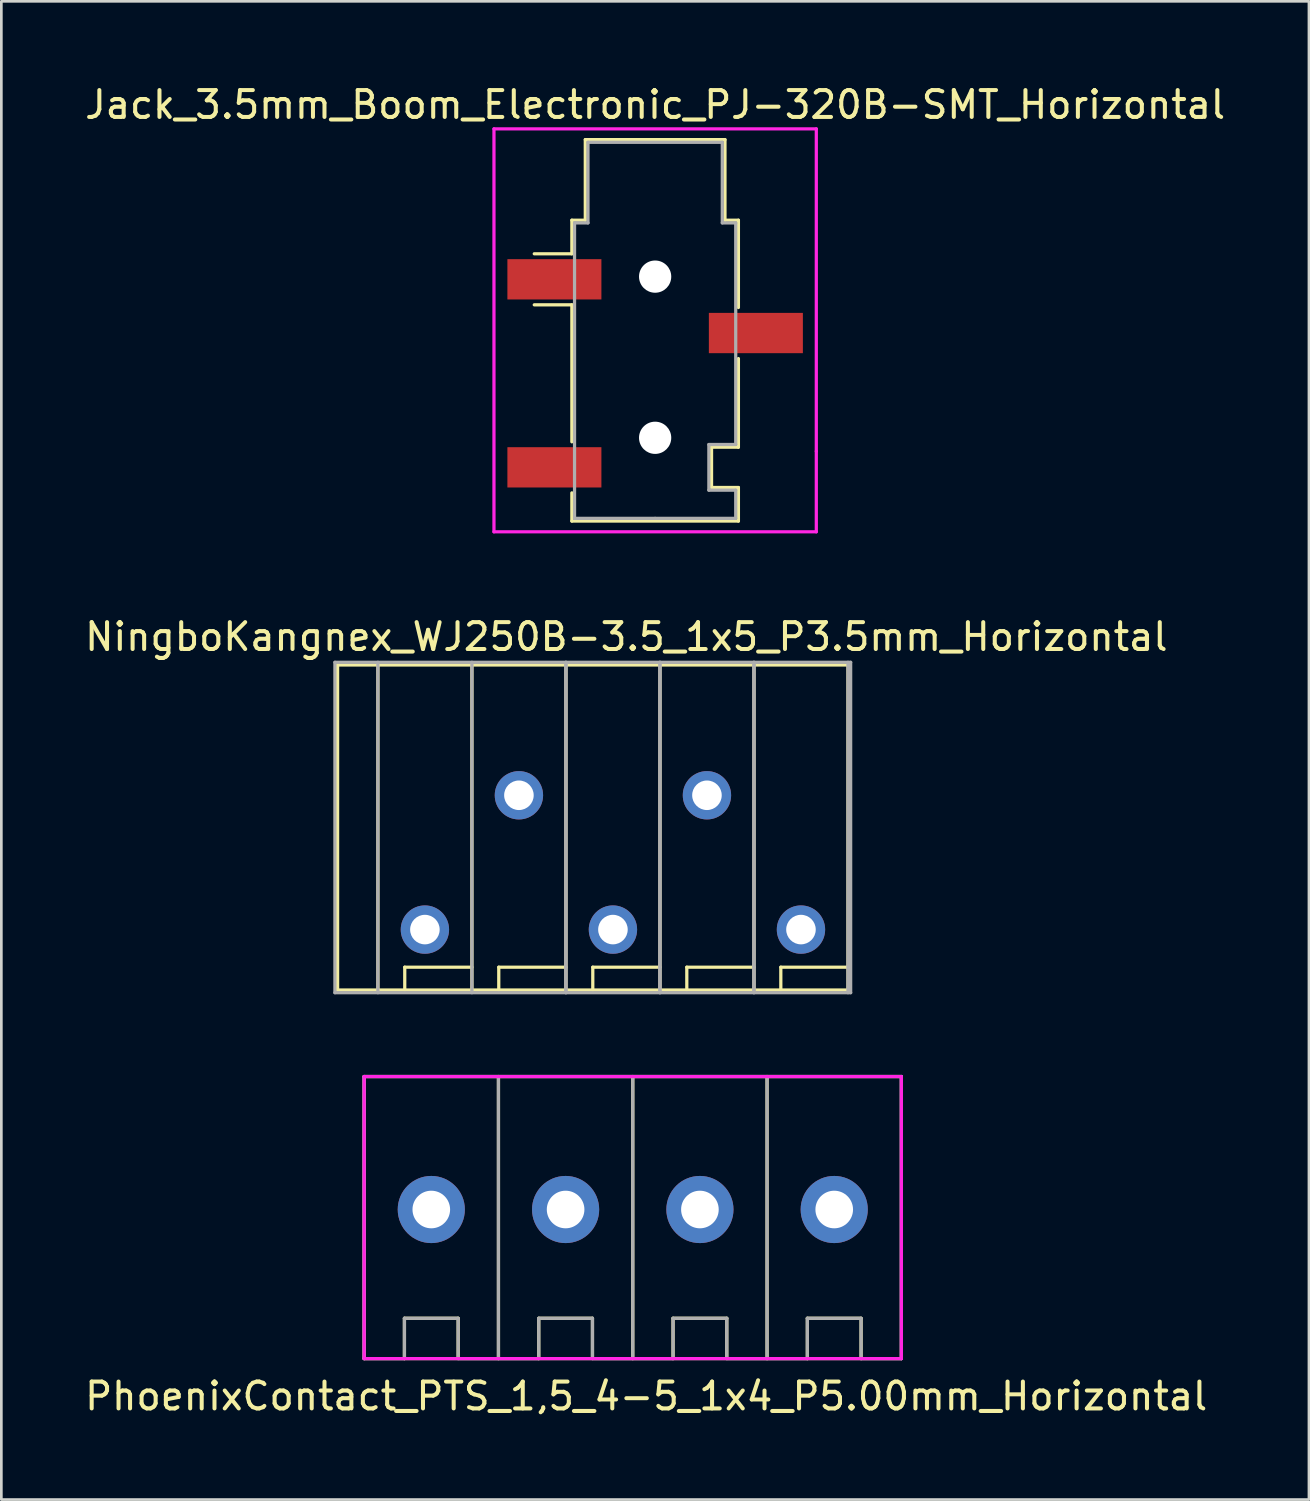
<source format=kicad_pcb>
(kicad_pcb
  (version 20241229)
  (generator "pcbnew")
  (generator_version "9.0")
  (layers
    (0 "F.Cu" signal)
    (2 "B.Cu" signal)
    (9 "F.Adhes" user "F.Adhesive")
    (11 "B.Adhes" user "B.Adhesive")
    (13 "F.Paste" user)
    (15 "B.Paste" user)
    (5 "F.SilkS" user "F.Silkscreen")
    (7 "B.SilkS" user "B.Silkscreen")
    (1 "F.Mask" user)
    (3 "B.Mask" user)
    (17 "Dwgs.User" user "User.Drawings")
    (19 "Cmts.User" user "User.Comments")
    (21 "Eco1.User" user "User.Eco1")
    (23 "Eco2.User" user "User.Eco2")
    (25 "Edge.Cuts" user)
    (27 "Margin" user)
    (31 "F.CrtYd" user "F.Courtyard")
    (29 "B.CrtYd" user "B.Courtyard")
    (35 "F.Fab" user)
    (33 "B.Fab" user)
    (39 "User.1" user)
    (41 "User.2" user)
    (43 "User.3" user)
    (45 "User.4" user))
  (footprint "NingboKangnex_WJ250B-3.5_1x5_P3.5mm_Horizontal"
    (layer "F.Cu")
    (at 19.768 27.756)
    (property "Reference" "NingboKangnex_WJ250B-3.5_1x5_P3.5mm_Horizontal" (at 0.5 -7.1 0) (layer "F.SilkS") (effects (font (size 1 1) (thickness 0.15))))
    (attr through_hole)
    (fp_line (start -10.25 -6.05) (end -10.25 6.05) (stroke (width 0.12) (type solid)) (layer "F.SilkS"))
    (fp_line (start -10.25 6.05) (end 8.75 6.05) (stroke (width 0.12) (type solid)) (layer "F.SilkS"))
    (fp_line (start -8.75 -6.05) (end -8.75 6.05) (stroke (width 0.12) (type solid)) (layer "F.SilkS"))
    (fp_line (start -7.75 5.2) (end -5.25 5.2) (stroke (width 0.12) (type solid)) (layer "F.SilkS"))
    (fp_line (start -7.75 6.05) (end -7.75 5.2) (stroke (width 0.12) (type solid)) (layer "F.SilkS"))
    (fp_line (start -5.25 -6.05) (end -5.25 6.05) (stroke (width 0.12) (type solid)) (layer "F.SilkS"))
    (fp_line (start -4.25 5.2) (end -1.75 5.2) (stroke (width 0.12) (type solid)) (layer "F.SilkS"))
    (fp_line (start -4.25 6.05) (end -4.25 5.2) (stroke (width 0.12) (type solid)) (layer "F.SilkS"))
    (fp_line (start -1.75 -6.05) (end -1.75 6.05) (stroke (width 0.12) (type solid)) (layer "F.SilkS"))
    (fp_line (start -0.75 5.2) (end 1.75 5.2) (stroke (width 0.12) (type solid)) (layer "F.SilkS"))
    (fp_line (start -0.75 6.05) (end -0.75 5.2) (stroke (width 0.12) (type solid)) (layer "F.SilkS"))
    (fp_line (start 1.75 -6.05) (end 1.75 6.05) (stroke (width 0.12) (type solid)) (layer "F.SilkS"))
    (fp_line (start 2.75 5.2) (end 5.25 5.2) (stroke (width 0.12) (type solid)) (layer "F.SilkS"))
    (fp_line (start 2.75 6.05) (end 2.75 5.2) (stroke (width 0.12) (type solid)) (layer "F.SilkS"))
    (fp_line (start 5.25 -6.05) (end 5.25 6.05) (stroke (width 0.12) (type solid)) (layer "F.SilkS"))
    (fp_line (start 6.25 5.2) (end 8.75 5.2) (stroke (width 0.12) (type solid)) (layer "F.SilkS"))
    (fp_line (start 6.25 6.05) (end 6.25 5.2) (stroke (width 0.12) (type solid)) (layer "F.SilkS"))
    (fp_line (start 8.75 -6.05) (end -10.25 -6.05) (stroke (width 0.12) (type solid)) (layer "F.SilkS"))
    (fp_line (start 8.75 -6.05) (end 8.75 6.05) (stroke (width 0.12) (type solid)) (layer "F.SilkS"))
    (fp_line (start -10.35 -6.15) (end 8.85 -6.15) (stroke (width 0.12) (type solid)) (layer "F.Fab"))
    (fp_line (start -10.35 6.15) (end -10.35 -6.15) (stroke (width 0.12) (type solid)) (layer "F.Fab"))
    (fp_line (start -8.75 6.15) (end -8.75 -6.15) (stroke (width 0.12) (type solid)) (layer "F.Fab"))
    (fp_line (start -5.25 6.15) (end -5.25 -6.15) (stroke (width 0.12) (type solid)) (layer "F.Fab"))
    (fp_line (start -1.75 6.15) (end -1.75 -6.15) (stroke (width 0.12) (type solid)) (layer "F.Fab"))
    (fp_line (start -1.75 6.15) (end -1.75 -6.15) (stroke (width 0.12) (type solid)) (layer "F.Fab"))
    (fp_line (start 1.75 6.15) (end 1.75 -6.15) (stroke (width 0.12) (type solid)) (layer "F.Fab"))
    (fp_line (start 1.75 6.15) (end 1.75 -6.15) (stroke (width 0.12) (type solid)) (layer "F.Fab"))
    (fp_line (start 5.25 6.15) (end 5.25 -6.15) (stroke (width 0.12) (type solid)) (layer "F.Fab"))
    (fp_line (start 5.25 6.15) (end 5.25 -6.15) (stroke (width 0.12) (type solid)) (layer "F.Fab"))
    (fp_line (start 8.75 6.15) (end 8.75 -6.15) (stroke (width 0.12) (type solid)) (layer "F.Fab"))
    (fp_line (start 8.85 6.15) (end -10.35 6.15) (stroke (width 0.12) (type solid)) (layer "F.Fab"))
    (fp_line (start 8.85 6.15) (end 8.85 -6.15) (stroke (width 0.12) (type solid)) (layer "F.Fab"))
    (pad "1" thru_hole circle (at -7 3.8) (size 1.8 1.8) (drill 1.1) (layers "*.Cu" "*.Mask"))
    (pad "2" thru_hole circle (at -3.5 -1.2) (size 1.8 1.8) (drill 1.1) (layers "*.Cu" "*.Mask"))
    (pad "3" thru_hole circle (at 0 3.8) (size 1.8 1.8) (drill 1.1) (layers "*.Cu" "*.Mask"))
    (pad "4" thru_hole circle (at 3.5 -1.2) (size 1.8 1.8) (drill 1.1) (layers "*.Cu" "*.Mask"))
    (pad "5" thru_hole circle (at 7 3.8) (size 1.8 1.8) (drill 1.1) (layers "*.Cu" "*.Mask")))
  (footprint "PhoenixContact_PTS_1,5_4-5_1x4_P5.00mm_Horizontal"
    (layer "F.Cu")
    (at 20.506 41.977)
    (property "Reference" "PhoenixContact_PTS_1,5_4-5_1x4_P5.00mm_Horizontal" (at 0.5 6.95 0) (layer "F.SilkS") (effects (font (size 1 1) (thickness 0.15))))
    (attr through_hole)
    (fp_line (start -10 -4.95) (end 10 -4.95) (stroke (width 0.12) (type solid)) (layer "F.SilkS"))
    (fp_line (start -10 5.55) (end -10 -4.95) (stroke (width 0.12) (type solid)) (layer "F.SilkS"))
    (fp_line (start -8.5 4.05) (end -6.5 4.05) (stroke (width 0.12) (type solid)) (layer "F.SilkS"))
    (fp_line (start -8.5 5.55) (end -8.5 4.05) (stroke (width 0.12) (type solid)) (layer "F.SilkS"))
    (fp_line (start -6.5 4.05) (end -6.5 5.5) (stroke (width 0.12) (type solid)) (layer "F.SilkS"))
    (fp_line (start -5 -4.95) (end -5 5.55) (stroke (width 0.12) (type solid)) (layer "F.SilkS"))
    (fp_line (start -3.5 4.05) (end -1.5 4.05) (stroke (width 0.12) (type solid)) (layer "F.SilkS"))
    (fp_line (start -3.5 5.55) (end -3.5 4.05) (stroke (width 0.12) (type solid)) (layer "F.SilkS"))
    (fp_line (start -1.5 4.05) (end -1.5 5.5) (stroke (width 0.12) (type solid)) (layer "F.SilkS"))
    (fp_line (start 0 -4.95) (end 0 5.55) (stroke (width 0.12) (type solid)) (layer "F.SilkS"))
    (fp_line (start 1.5 4.05) (end 3.5 4.05) (stroke (width 0.12) (type solid)) (layer "F.SilkS"))
    (fp_line (start 1.5 5.55) (end 1.5 4.05) (stroke (width 0.12) (type solid)) (layer "F.SilkS"))
    (fp_line (start 3.5 4.05) (end 3.5 5.5) (stroke (width 0.12) (type solid)) (layer "F.SilkS"))
    (fp_line (start 5 -4.95) (end 5 5.55) (stroke (width 0.12) (type solid)) (layer "F.SilkS"))
    (fp_line (start 6.5 4.05) (end 8.5 4.05) (stroke (width 0.12) (type solid)) (layer "F.SilkS"))
    (fp_line (start 6.5 5.55) (end 6.5 4.05) (stroke (width 0.12) (type solid)) (layer "F.SilkS"))
    (fp_line (start 8.5 4.05) (end 8.5 5.5) (stroke (width 0.12) (type solid)) (layer "F.SilkS"))
    (fp_line (start 8.5 5.55) (end -10 5.55) (stroke (width 0.12) (type solid)) (layer "F.SilkS"))
    (fp_line (start 10 -4.95) (end 10 5.55) (stroke (width 0.12) (type solid)) (layer "F.SilkS"))
    (fp_line (start 10 5.55) (end 8.5 5.55) (stroke (width 0.12) (type solid)) (layer "F.SilkS"))
    (fp_line (start -10 -4.95) (end 10 -4.95) (stroke (width 0.12) (type solid)) (layer "F.CrtYd"))
    (fp_line (start -10 5.55) (end -10 -4.95) (stroke (width 0.12) (type solid)) (layer "F.CrtYd"))
    (fp_line (start 10 -4.95) (end 10 5.55) (stroke (width 0.12) (type solid)) (layer "F.CrtYd"))
    (fp_line (start 10 5.55) (end -10 5.55) (stroke (width 0.12) (type solid)) (layer "F.CrtYd"))
    (fp_line (start -10 -4.95) (end 10 -4.95) (stroke (width 0.12) (type solid)) (layer "F.Fab"))
    (fp_line (start -10 5.55) (end -10 -4.95) (stroke (width 0.12) (type solid)) (layer "F.Fab"))
    (fp_line (start -8.5 4.05) (end -6.5 4.05) (stroke (width 0.12) (type solid)) (layer "F.Fab"))
    (fp_line (start -8.5 5.55) (end -10 5.55) (stroke (width 0.12) (type solid)) (layer "F.Fab"))
    (fp_line (start -8.5 5.55) (end -8.5 4.05) (stroke (width 0.12) (type solid)) (layer "F.Fab"))
    (fp_line (start -6.5 4.05) (end -6.5 5.55) (stroke (width 0.12) (type solid)) (layer "F.Fab"))
    (fp_line (start -5 -4.95) (end -5 5.55) (stroke (width 0.12) (type solid)) (layer "F.Fab"))
    (fp_line (start -3.5 4.05) (end -1.5 4.05) (stroke (width 0.12) (type solid)) (layer "F.Fab"))
    (fp_line (start -3.5 5.55) (end -6.5 5.55) (stroke (width 0.12) (type solid)) (layer "F.Fab"))
    (fp_line (start -3.5 5.55) (end -3.5 4.05) (stroke (width 0.12) (type solid)) (layer "F.Fab"))
    (fp_line (start -1.5 4.05) (end -1.5 5.55) (stroke (width 0.12) (type solid)) (layer "F.Fab"))
    (fp_line (start 0 -4.95) (end 0 5.55) (stroke (width 0.12) (type solid)) (layer "F.Fab"))
    (fp_line (start 1.5 4.05) (end 3.5 4.05) (stroke (width 0.12) (type solid)) (layer "F.Fab"))
    (fp_line (start 1.5 5.55) (end -1.5 5.55) (stroke (width 0.12) (type solid)) (layer "F.Fab"))
    (fp_line (start 1.5 5.55) (end 1.5 4.05) (stroke (width 0.12) (type solid)) (layer "F.Fab"))
    (fp_line (start 3.5 4.05) (end 3.5 5.55) (stroke (width 0.12) (type solid)) (layer "F.Fab"))
    (fp_line (start 5 -4.95) (end 5 5.55) (stroke (width 0.12) (type solid)) (layer "F.Fab"))
    (fp_line (start 6.5 4.05) (end 8.5 4.05) (stroke (width 0.12) (type solid)) (layer "F.Fab"))
    (fp_line (start 6.5 5.55) (end 3.5 5.55) (stroke (width 0.12) (type solid)) (layer "F.Fab"))
    (fp_line (start 6.5 5.55) (end 6.5 4.05) (stroke (width 0.12) (type solid)) (layer "F.Fab"))
    (fp_line (start 8.5 4.05) (end 8.5 5.55) (stroke (width 0.12) (type solid)) (layer "F.Fab"))
    (fp_line (start 10 -4.95) (end 10 5.55) (stroke (width 0.12) (type solid)) (layer "F.Fab"))
    (fp_line (start 10 5.55) (end 8.5 5.55) (stroke (width 0.12) (type solid)) (layer "F.Fab"))
    (pad "1" thru_hole circle (at -7.5 0) (size 2.5 2.5) (drill 1.4) (layers "*.Cu" "*.Mask"))
    (pad "2" thru_hole circle (at -2.5 0) (size 2.5 2.5) (drill 1.4) (layers "*.Cu" "*.Mask"))
    (pad "3" thru_hole circle (at 2.5 0) (size 2.5 2.5) (drill 1.4) (layers "*.Cu" "*.Mask"))
    (pad "4" thru_hole circle (at 7.5 0) (size 2.5 2.5) (drill 1.4) (layers "*.Cu" "*.Mask")))
  (footprint "Jack_3.5mm_Boom_Electronic_PJ-320B-SMT_Horizontal"
    (layer "F.Cu")
    (at 21.339 9.248)
    (property "Reference" "Jack_3.5mm_Boom_Electronic_PJ-320B-SMT_Horizontal" (at 0 -8.4 0) (layer "F.SilkS") (effects (font (size 1 1) (thickness 0.15))))
    (attr smd)
    (fp_line (start -4.5 -2.85) (end -3.1 -2.85) (stroke (width 0.12) (type solid)) (layer "F.SilkS"))
    (fp_line (start -3.1 -4.1) (end -2.6 -4.1) (stroke (width 0.12) (type solid)) (layer "F.SilkS"))
    (fp_line (start -3.1 -2.85) (end -3.1 -4.1) (stroke (width 0.12) (type solid)) (layer "F.SilkS"))
    (fp_line (start -3.1 -0.95) (end -4.5 -0.95) (stroke (width 0.12) (type solid)) (layer "F.SilkS"))
    (fp_line (start -3.1 4.15) (end -3.1 -0.95) (stroke (width 0.12) (type solid)) (layer "F.SilkS"))
    (fp_line (start -3.1 7.1) (end -3.1 6.05) (stroke (width 0.12) (type solid)) (layer "F.SilkS"))
    (fp_line (start -2.6 -7.1) (end 2.6 -7.1) (stroke (width 0.12) (type solid)) (layer "F.SilkS"))
    (fp_line (start -2.6 -4.1) (end -2.6 -7.1) (stroke (width 0.12) (type solid)) (layer "F.SilkS"))
    (fp_line (start 2.1 4.35) (end 2.1 5.85) (stroke (width 0.12) (type solid)) (layer "F.SilkS"))
    (fp_line (start 2.1 5.85) (end 3.1 5.85) (stroke (width 0.12) (type solid)) (layer "F.SilkS"))
    (fp_line (start 2.6 -7.1) (end 2.6 -4.1) (stroke (width 0.12) (type solid)) (layer "F.SilkS"))
    (fp_line (start 2.6 -4.1) (end 3.1 -4.1) (stroke (width 0.12) (type solid)) (layer "F.SilkS"))
    (fp_line (start 3.1 -4.1) (end 3.1 -0.85) (stroke (width 0.12) (type solid)) (layer "F.SilkS"))
    (fp_line (start 3.1 1.05) (end 3.1 4.35) (stroke (width 0.12) (type solid)) (layer "F.SilkS"))
    (fp_line (start 3.1 4.35) (end 2.1 4.35) (stroke (width 0.12) (type solid)) (layer "F.SilkS"))
    (fp_line (start 3.1 5.85) (end 3.1 7.1) (stroke (width 0.12) (type solid)) (layer "F.SilkS"))
    (fp_line (start 3.1 7.1) (end -3.1 7.1) (stroke (width 0.12) (type solid)) (layer "F.SilkS"))
    (fp_line (start -6 -7.5) (end 6 -7.5) (stroke (width 0.12) (type solid)) (layer "F.CrtYd"))
    (fp_line (start -6 7.5) (end -6 -7.5) (stroke (width 0.12) (type solid)) (layer "F.CrtYd"))
    (fp_line (start 6 -7.5) (end 6 4.5) (stroke (width 0.12) (type solid)) (layer "F.CrtYd"))
    (fp_line (start 6 4.5) (end 6 7.5) (stroke (width 0.12) (type solid)) (layer "F.CrtYd"))
    (fp_line (start 6 7.5) (end -6 7.5) (stroke (width 0.12) (type solid)) (layer "F.CrtYd"))
    (fp_line (start -3 -4) (end -3 7) (stroke (width 0.12) (type solid)) (layer "F.Fab"))
    (fp_line (start -3 -4) (end -2.5 -4) (stroke (width 0.12) (type solid)) (layer "F.Fab"))
    (fp_line (start -3 7) (end 0 7) (stroke (width 0.12) (type solid)) (layer "F.Fab"))
    (fp_line (start -2.5 -7) (end -2.5 -4) (stroke (width 0.12) (type solid)) (layer "F.Fab"))
    (fp_line (start 0 7) (end 3 7) (stroke (width 0.12) (type solid)) (layer "F.Fab"))
    (fp_line (start 2 4.25) (end 2 5.95) (stroke (width 0.12) (type solid)) (layer "F.Fab"))
    (fp_line (start 2 5.95) (end 3 5.95) (stroke (width 0.12) (type solid)) (layer "F.Fab"))
    (fp_line (start 2.5 -7) (end -2.5 -7) (stroke (width 0.12) (type solid)) (layer "F.Fab"))
    (fp_line (start 2.5 -7) (end 2.5 -4) (stroke (width 0.12) (type solid)) (layer "F.Fab"))
    (fp_line (start 2.5 -4) (end 3 -4) (stroke (width 0.12) (type solid)) (layer "F.Fab"))
    (fp_line (start 3 4.25) (end 2 4.25) (stroke (width 0.12) (type solid)) (layer "F.Fab"))
    (fp_line (start 3 4.25) (end 3 -4) (stroke (width 0.12) (type solid)) (layer "F.Fab"))
    (fp_line (start 3 7) (end 3 5.95) (stroke (width 0.12) (type solid)) (layer "F.Fab"))
    (pad "" np_thru_hole circle (at 0 -2) (size 1.2 1.2) (drill 1.2) (layers "*.Cu" "*.Mask"))
    (pad "" np_thru_hole circle (at 0 4) (size 1.2 1.2) (drill 1.2) (layers "*.Cu" "*.Mask"))
    (pad "R" smd rect (at 3.75 0.1) (size 3.5 1.5) (layers "F.Cu" "F.Mask" "F.Paste"))
    (pad "S" smd rect (at -3.75 -1.9) (size 3.5 1.5) (layers "F.Cu" "F.Mask" "F.Paste"))
    (pad "T" smd rect (at -3.75 5.1) (size 3.5 1.5) (layers "F.Cu" "F.Mask" "F.Paste")))
  (gr_rect
    (start -3 -3)
    (end 45.679 52.775)
    (stroke (width 0.1) (type default))
    (fill no)
    (layer "Edge.Cuts")))
</source>
